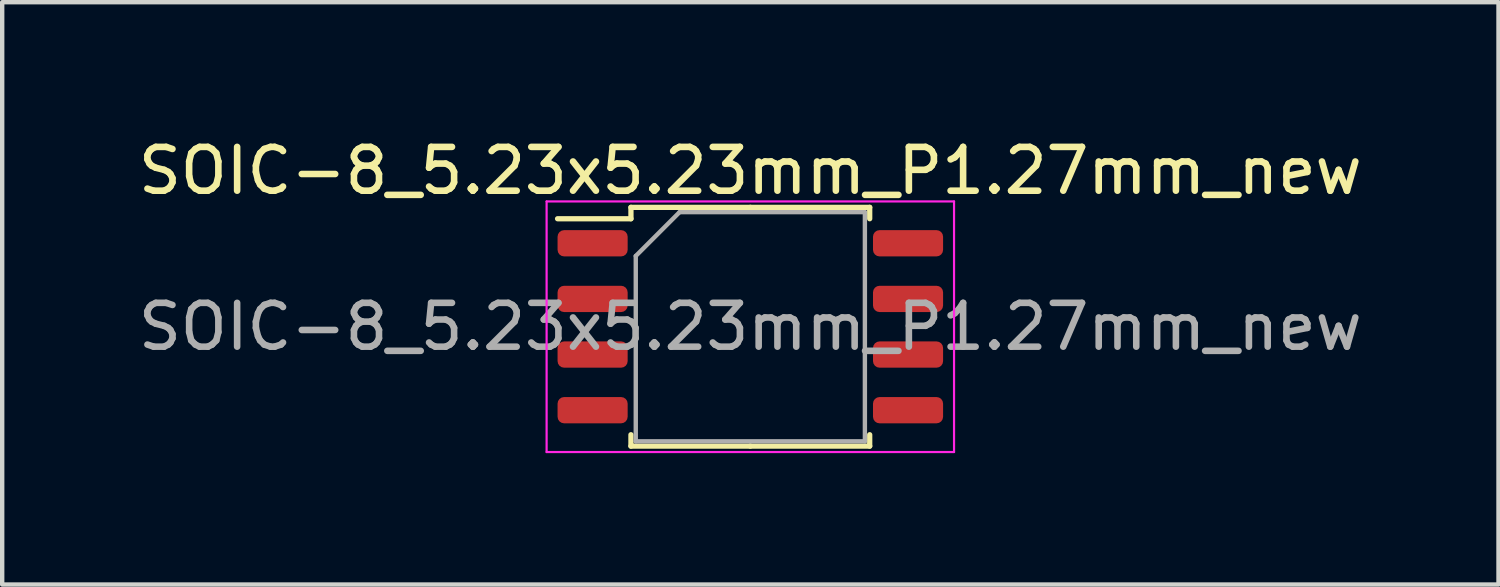
<source format=kicad_pcb>
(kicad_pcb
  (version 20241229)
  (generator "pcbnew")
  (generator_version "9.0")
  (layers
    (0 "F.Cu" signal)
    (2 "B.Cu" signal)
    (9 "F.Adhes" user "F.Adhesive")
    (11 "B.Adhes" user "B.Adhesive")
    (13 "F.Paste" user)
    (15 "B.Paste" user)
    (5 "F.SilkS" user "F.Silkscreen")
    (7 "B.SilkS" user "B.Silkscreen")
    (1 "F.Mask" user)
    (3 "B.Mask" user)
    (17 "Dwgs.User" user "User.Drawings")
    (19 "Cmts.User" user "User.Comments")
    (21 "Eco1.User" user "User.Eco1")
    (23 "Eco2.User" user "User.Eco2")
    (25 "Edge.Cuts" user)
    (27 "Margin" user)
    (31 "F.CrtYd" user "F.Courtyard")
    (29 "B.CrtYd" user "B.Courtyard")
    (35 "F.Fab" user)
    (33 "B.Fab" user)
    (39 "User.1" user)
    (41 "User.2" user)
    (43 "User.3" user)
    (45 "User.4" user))
  (footprint "SOIC-8_5.23x5.23mm_P1.27mm_new"
    (layer "F.Cu")
    (at 14.077 4.408)
    (property "Reference" "SOIC-8_5.23x5.23mm_P1.27mm_new" (at 0 -3.56 0) (layer "F.SilkS") (effects (font (size 1 1) (thickness 0.15))))
    (attr smd)
    (fp_line (start -2.725 -2.725) (end -2.725 -2.465) (stroke (width 0.12) (type solid)) (layer "F.SilkS"))
    (fp_line (start -2.725 -2.465) (end -4.4 -2.465) (stroke (width 0.12) (type solid)) (layer "F.SilkS"))
    (fp_line (start -2.725 2.725) (end -2.725 2.465) (stroke (width 0.12) (type solid)) (layer "F.SilkS"))
    (fp_line (start 0 -2.725) (end -2.725 -2.725) (stroke (width 0.12) (type solid)) (layer "F.SilkS"))
    (fp_line (start 0 -2.725) (end 2.725 -2.725) (stroke (width 0.12) (type solid)) (layer "F.SilkS"))
    (fp_line (start 0 2.725) (end -2.725 2.725) (stroke (width 0.12) (type solid)) (layer "F.SilkS"))
    (fp_line (start 0 2.725) (end 2.725 2.725) (stroke (width 0.12) (type solid)) (layer "F.SilkS"))
    (fp_line (start 2.725 -2.725) (end 2.725 -2.465) (stroke (width 0.12) (type solid)) (layer "F.SilkS"))
    (fp_line (start 2.725 2.725) (end 2.725 2.465) (stroke (width 0.12) (type solid)) (layer "F.SilkS"))
    (fp_line (start -4.65 -2.86) (end -4.65 2.86) (stroke (width 0.05) (type solid)) (layer "F.CrtYd"))
    (fp_line (start -4.65 2.86) (end 4.65 2.86) (stroke (width 0.05) (type solid)) (layer "F.CrtYd"))
    (fp_line (start 4.65 -2.86) (end -4.65 -2.86) (stroke (width 0.05) (type solid)) (layer "F.CrtYd"))
    (fp_line (start 4.65 2.86) (end 4.65 -2.86) (stroke (width 0.05) (type solid)) (layer "F.CrtYd"))
    (fp_line (start -2.615 -1.615) (end -1.615 -2.615) (stroke (width 0.1) (type solid)) (layer "F.Fab"))
    (fp_line (start -2.615 2.615) (end -2.615 -1.615) (stroke (width 0.1) (type solid)) (layer "F.Fab"))
    (fp_line (start -1.615 -2.615) (end 2.615 -2.615) (stroke (width 0.1) (type solid)) (layer "F.Fab"))
    (fp_line (start 2.615 -2.615) (end 2.615 2.615) (stroke (width 0.1) (type solid)) (layer "F.Fab"))
    (fp_line (start 2.615 2.615) (end -2.615 2.615) (stroke (width 0.1) (type solid)) (layer "F.Fab"))
    (fp_text user "${REFERENCE}" (at 0 0 0) (layer "F.Fab") (effects (font (size 1 1) (thickness 0.15))))
    (pad "1" smd roundrect (at -3.6 -1.905) (size 1.6 0.6) (layers "F.Cu" "F.Mask" "F.Paste") (roundrect_rratio 0.25))
    (pad "2" smd roundrect (at -3.6 -0.635) (size 1.6 0.6) (layers "F.Cu" "F.Mask" "F.Paste") (roundrect_rratio 0.25))
    (pad "3" smd roundrect (at -3.6 0.635) (size 1.6 0.6) (layers "F.Cu" "F.Mask" "F.Paste") (roundrect_rratio 0.25))
    (pad "4" smd roundrect (at -3.6 1.905) (size 1.6 0.6) (layers "F.Cu" "F.Mask" "F.Paste") (roundrect_rratio 0.25))
    (pad "5" smd roundrect (at 3.6 1.905) (size 1.6 0.6) (layers "F.Cu" "F.Mask" "F.Paste") (roundrect_rratio 0.25))
    (pad "6" smd roundrect (at 3.6 0.635) (size 1.6 0.6) (layers "F.Cu" "F.Mask" "F.Paste") (roundrect_rratio 0.25))
    (pad "7" smd roundrect (at 3.6 -0.635) (size 1.6 0.6) (layers "F.Cu" "F.Mask" "F.Paste") (roundrect_rratio 0.25))
    (pad "8" smd roundrect (at 3.6 -1.905) (size 1.6 0.6) (layers "F.Cu" "F.Mask" "F.Paste") (roundrect_rratio 0.25)))
  (gr_rect
    (start -3 -3)
    (end 31.155 10.293)
    (stroke (width 0.1) (type default))
    (fill no)
    (layer "Edge.Cuts")))
</source>
